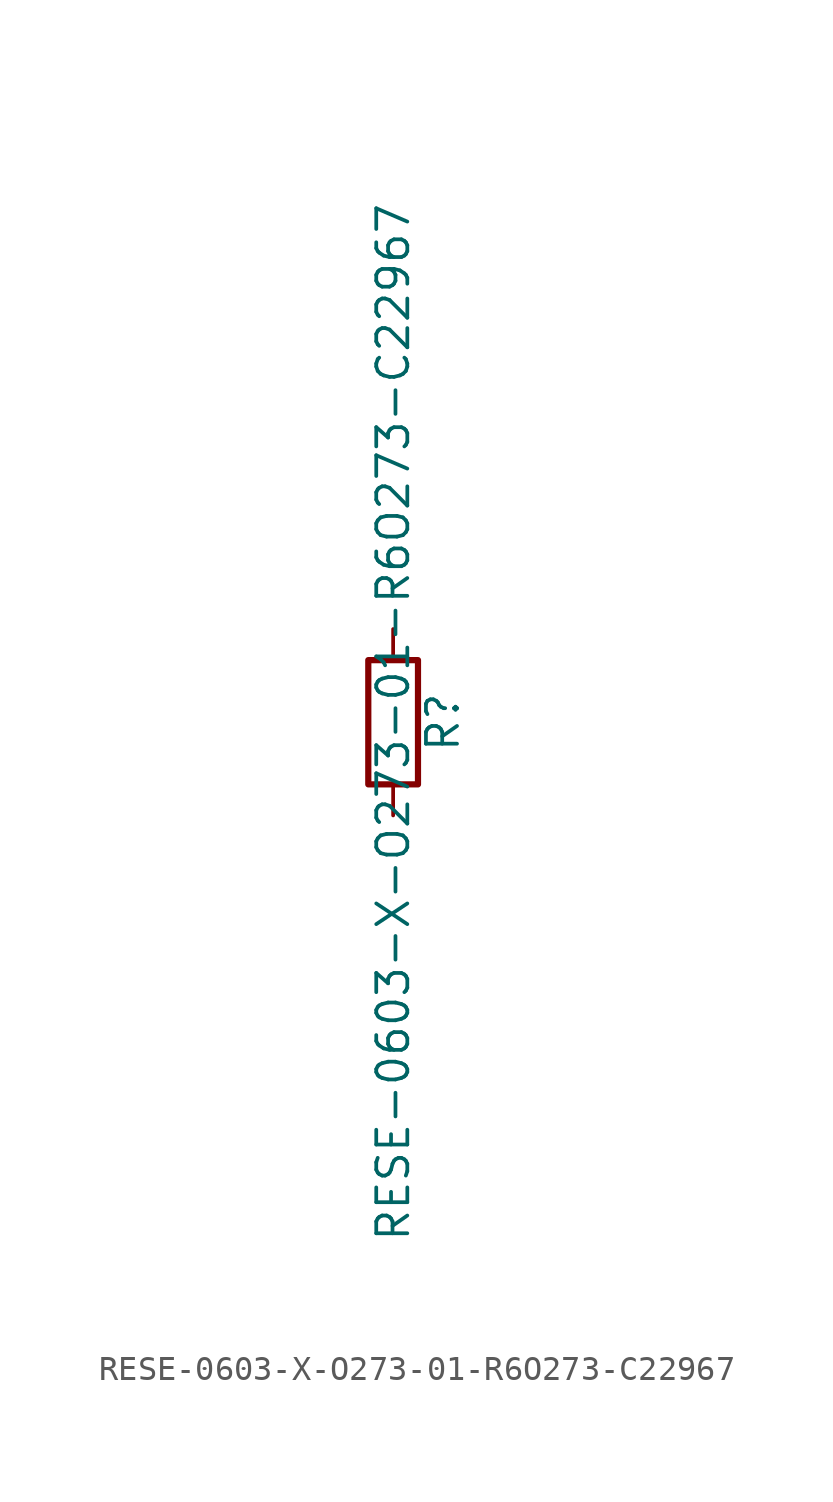
<source format=kicad_sym>
(kicad_symbol_lib
  (version 20211014)
  (generator kicad_symbol_editor)
  (symbol "RESE-0603-X-O273-01-R6O273-C22967"
    (pin_numbers hide)
    (pin_names
      (offset 0))
    (property "Reference" "R"
      (at 2.032 0 90)
      (effects (font (size 1.27 1.27))))
    (property "Value" "RESE-0603-X-O273-01-R6O273-C22967"
      (at 0 0 90)
      (effects (font (size 1.27 1.27))))
    (symbol "RESE-0603-X-O273-01-R6O273-C22967_0_1"
      (rectangle (start -1.016 -2.54) (end 1.016 2.54) (stroke (width 0.254) (type default) (color 0 0 0 0)) (fill (type none))))
    (symbol "RESE-0603-X-O273-01-R6O273-C22967_1_1"
      (pin passive line (at 0 3.81 270) (length 1.27) (name "~" (effects (font (size 1.27 1.27)))) (number "1" (effects (font (size 1.27 1.27)))))
      (pin passive line (at 0 -3.81 90) (length 1.27) (name "~" (effects (font (size 1.27 1.27)))) (number "2" (effects (font (size 1.27 1.27))))))))
</source>
